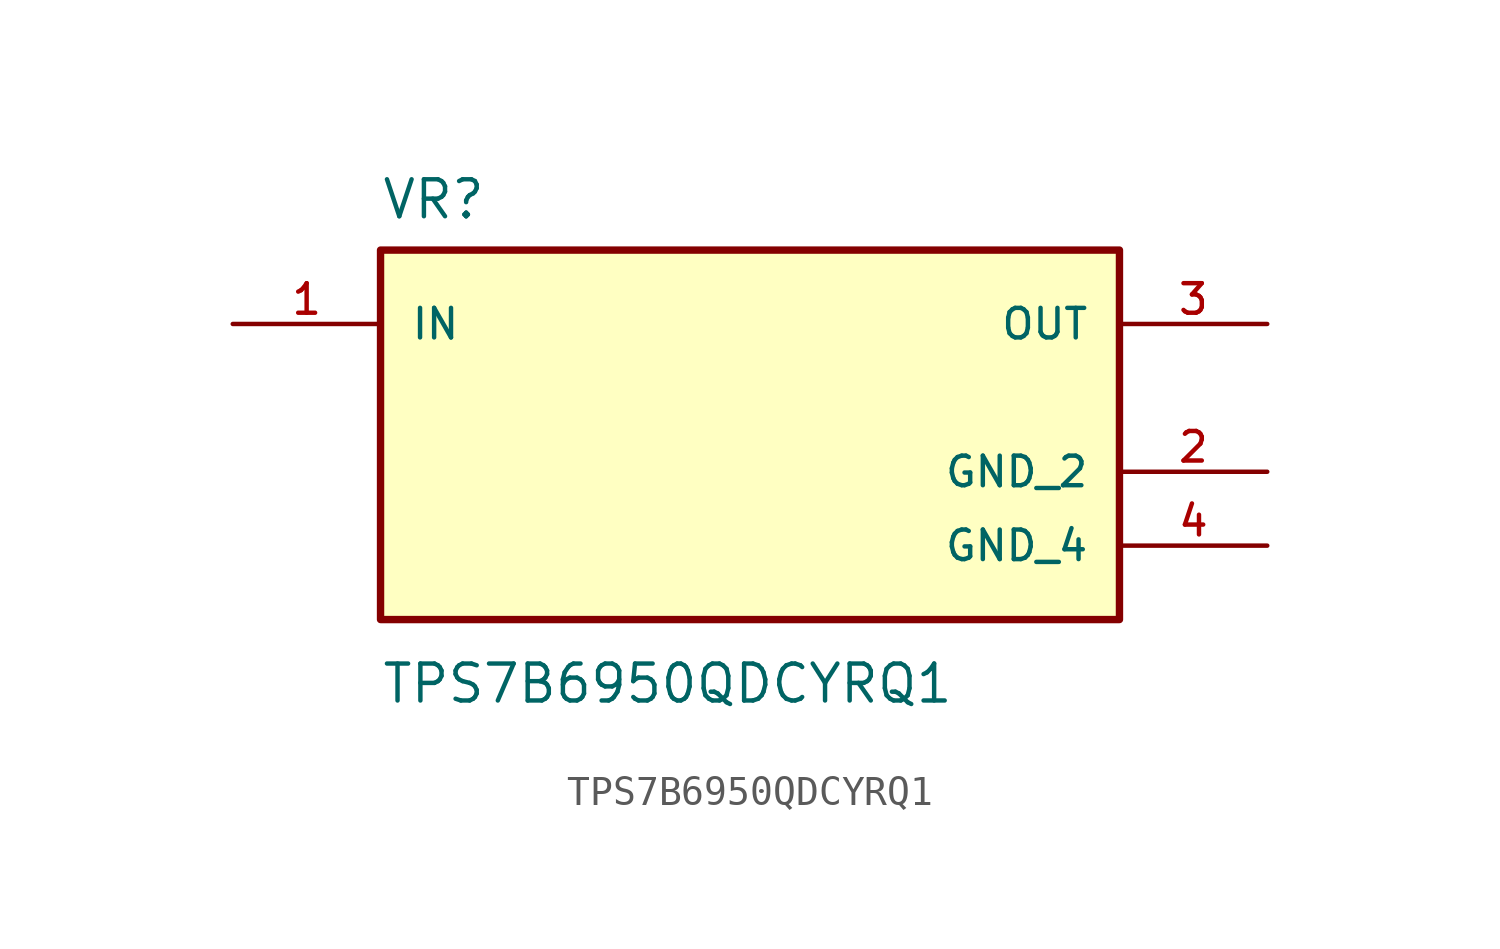
<source format=kicad_sym>
(kicad_symbol_lib
  (version 20211014)
  (generator kicad_symbol_editor)
  (symbol "TPS7B6950QDCYRQ1"
    (pin_names
      (offset 1.016))
    (property "Reference" "VR"
      (at -12.7 6.08 0.0)
      (effects (font (size 1.27 1.27)) (justify bottom left)))
    (property "Value" "TPS7B6950QDCYRQ1"
      (at -12.7 -9.08 0.0)
      (effects (font (size 1.27 1.27)) (justify top left)))
    (symbol "TPS7B6950QDCYRQ1_0_0"
      (rectangle (start -12.7 -7.62) (end 12.7 5.08) (stroke (width 0.254)) (fill (type background)))
      (pin input line (at -17.78 2.54 0) (length 5.08) (name "IN" (effects (font (size 1.016 1.016)))) (number "1" (effects (font (size 1.016 1.016)))))
      (pin output line (at 17.78 2.54 180.0) (length 5.08) (name "OUT" (effects (font (size 1.016 1.016)))) (number "3" (effects (font (size 1.016 1.016)))))
      (pin power_in line (at 17.78 -2.54 180.0) (length 5.08) (name "GND_2" (effects (font (size 1.016 1.016)))) (number "2" (effects (font (size 1.016 1.016)))))
      (pin power_in line (at 17.78 -5.08 180.0) (length 5.08) (name "GND_4" (effects (font (size 1.016 1.016)))) (number "4" (effects (font (size 1.016 1.016))))))))
</source>
